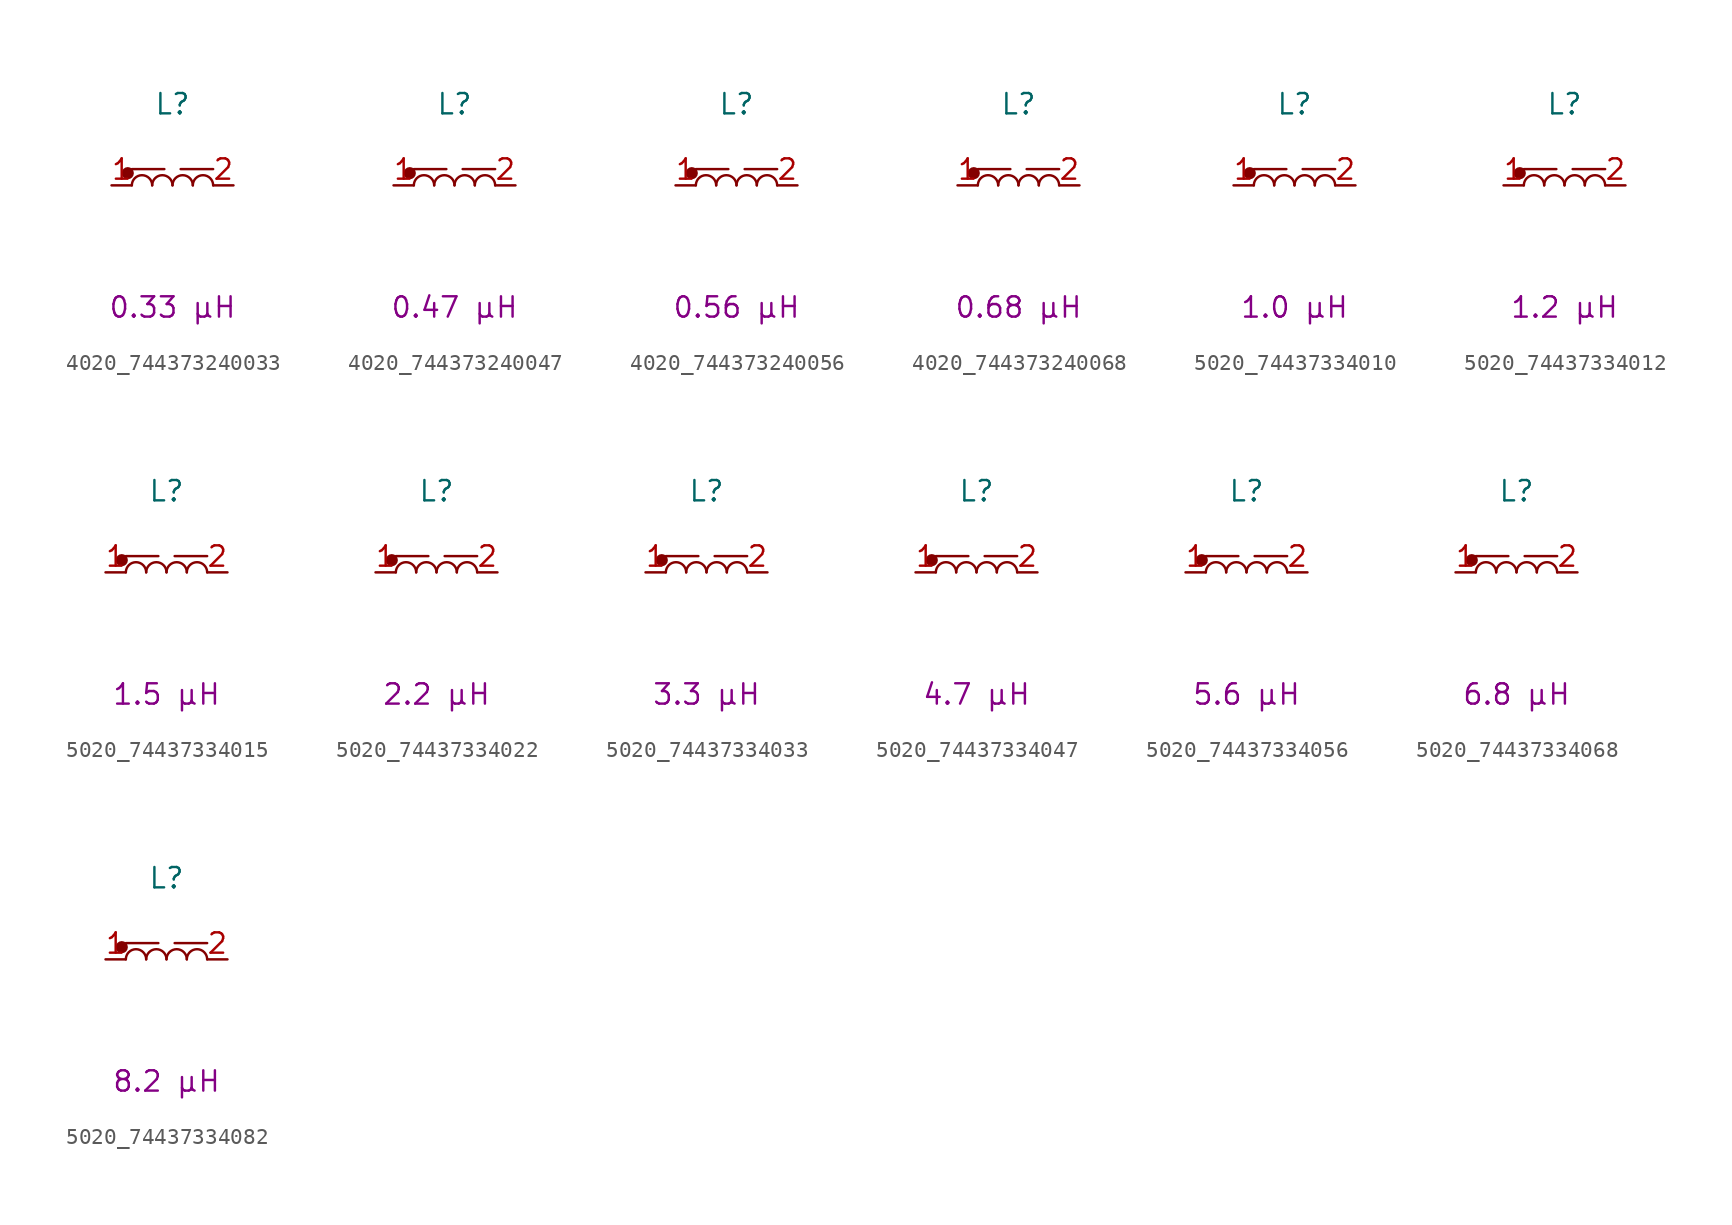
<source format=kicad_sym>
(kicad_symbol_lib
  (version 20220914)
  (generator kicad_symbol_editor)
  (symbol "4020_744373240033"
    (pin_names hide)
    (property "Reference" "L"
      (at 0 5.08 0)
      (effects (font (size 1.27 1.27))))
    (property "Critical Parameter" "0.33 µH"
      (at 0 -7.62 0)
      (effects (font (size 1.27 1.27))))
    (symbol "4020_744373240033_0_1"
      (arc (start -1.27 0) (mid -1.905 0.6323) (end -2.54 0) (stroke (width 0) (type default)) (fill (type none)))
      (arc (start 0 0) (mid -0.635 0.6323) (end -1.27 0) (stroke (width 0) (type default)) (fill (type none)))
      (polyline (pts (xy -2.54 1.016) (xy -0.508 1.016)) (stroke (width 0) (type default)) (fill (type none)))
      (arc (start 1.27 0) (mid 0.635 0.6323) (end 0 0) (stroke (width 0) (type default)) (fill (type none)))
      (arc (start 2.54 0) (mid 1.905 0.6323) (end 1.27 0) (stroke (width 0) (type default)) (fill (type none))))
    (symbol "4020_744373240033_1_1"
      (circle (center -2.794 0.762) (radius 0.0001) (stroke (width 0.381) (type default)) (fill (type none)))
      (polyline (pts (xy 2.54 1.016) (xy 0.508 1.016)) (stroke (width 0) (type default)) (fill (type none)))
      (pin passive line (at -3.81 0 0) (length 1.27) (name "1" (effects (font (size 1.27 1.27)))) (number "1" (effects (font (size 1.27 1.27)))))
      (pin passive line (at 3.81 0 180) (length 1.27) (name "2" (effects (font (size 1.27 1.27)))) (number "2" (effects (font (size 1.27 1.27)))))))
  (symbol "4020_744373240047"
    (pin_names hide)
    (property "Reference" "L"
      (at 0 5.08 0)
      (effects (font (size 1.27 1.27))))
    (property "Critical Parameter" "0.47 µH"
      (at 0 -7.62 0)
      (effects (font (size 1.27 1.27))))
    (symbol "4020_744373240047_0_1"
      (arc (start -1.27 0) (mid -1.905 0.6323) (end -2.54 0) (stroke (width 0) (type default)) (fill (type none)))
      (arc (start 0 0) (mid -0.635 0.6323) (end -1.27 0) (stroke (width 0) (type default)) (fill (type none)))
      (polyline (pts (xy -2.54 1.016) (xy -0.508 1.016)) (stroke (width 0) (type default)) (fill (type none)))
      (arc (start 1.27 0) (mid 0.635 0.6323) (end 0 0) (stroke (width 0) (type default)) (fill (type none)))
      (arc (start 2.54 0) (mid 1.905 0.6323) (end 1.27 0) (stroke (width 0) (type default)) (fill (type none))))
    (symbol "4020_744373240047_1_1"
      (circle (center -2.794 0.762) (radius 0.0001) (stroke (width 0.381) (type default)) (fill (type none)))
      (polyline (pts (xy 2.54 1.016) (xy 0.508 1.016)) (stroke (width 0) (type default)) (fill (type none)))
      (pin passive line (at -3.81 0 0) (length 1.27) (name "1" (effects (font (size 1.27 1.27)))) (number "1" (effects (font (size 1.27 1.27)))))
      (pin passive line (at 3.81 0 180) (length 1.27) (name "2" (effects (font (size 1.27 1.27)))) (number "2" (effects (font (size 1.27 1.27)))))))
  (symbol "4020_744373240056"
    (pin_names hide)
    (property "Reference" "L"
      (at 0 5.08 0)
      (effects (font (size 1.27 1.27))))
    (property "Critical Parameter" "0.56 µH"
      (at 0 -7.62 0)
      (effects (font (size 1.27 1.27))))
    (symbol "4020_744373240056_0_1"
      (arc (start -1.27 0) (mid -1.905 0.6323) (end -2.54 0) (stroke (width 0) (type default)) (fill (type none)))
      (arc (start 0 0) (mid -0.635 0.6323) (end -1.27 0) (stroke (width 0) (type default)) (fill (type none)))
      (polyline (pts (xy -2.54 1.016) (xy -0.508 1.016)) (stroke (width 0) (type default)) (fill (type none)))
      (arc (start 1.27 0) (mid 0.635 0.6323) (end 0 0) (stroke (width 0) (type default)) (fill (type none)))
      (arc (start 2.54 0) (mid 1.905 0.6323) (end 1.27 0) (stroke (width 0) (type default)) (fill (type none))))
    (symbol "4020_744373240056_1_1"
      (circle (center -2.794 0.762) (radius 0.0001) (stroke (width 0.381) (type default)) (fill (type none)))
      (polyline (pts (xy 2.54 1.016) (xy 0.508 1.016)) (stroke (width 0) (type default)) (fill (type none)))
      (pin passive line (at -3.81 0 0) (length 1.27) (name "1" (effects (font (size 1.27 1.27)))) (number "1" (effects (font (size 1.27 1.27)))))
      (pin passive line (at 3.81 0 180) (length 1.27) (name "2" (effects (font (size 1.27 1.27)))) (number "2" (effects (font (size 1.27 1.27)))))))
  (symbol "4020_744373240068"
    (pin_names hide)
    (property "Reference" "L"
      (at 0 5.08 0)
      (effects (font (size 1.27 1.27))))
    (property "Critical Parameter" "0.68 µH"
      (at 0 -7.62 0)
      (effects (font (size 1.27 1.27))))
    (symbol "4020_744373240068_0_1"
      (arc (start -1.27 0) (mid -1.905 0.6323) (end -2.54 0) (stroke (width 0) (type default)) (fill (type none)))
      (arc (start 0 0) (mid -0.635 0.6323) (end -1.27 0) (stroke (width 0) (type default)) (fill (type none)))
      (polyline (pts (xy -2.54 1.016) (xy -0.508 1.016)) (stroke (width 0) (type default)) (fill (type none)))
      (arc (start 1.27 0) (mid 0.635 0.6323) (end 0 0) (stroke (width 0) (type default)) (fill (type none)))
      (arc (start 2.54 0) (mid 1.905 0.6323) (end 1.27 0) (stroke (width 0) (type default)) (fill (type none))))
    (symbol "4020_744373240068_1_1"
      (circle (center -2.794 0.762) (radius 0.0001) (stroke (width 0.381) (type default)) (fill (type none)))
      (polyline (pts (xy 2.54 1.016) (xy 0.508 1.016)) (stroke (width 0) (type default)) (fill (type none)))
      (pin passive line (at -3.81 0 0) (length 1.27) (name "1" (effects (font (size 1.27 1.27)))) (number "1" (effects (font (size 1.27 1.27)))))
      (pin passive line (at 3.81 0 180) (length 1.27) (name "2" (effects (font (size 1.27 1.27)))) (number "2" (effects (font (size 1.27 1.27)))))))
  (symbol "5020_74437334010"
    (pin_names hide)
    (property "Reference" "L"
      (at 0 5.08 0)
      (effects (font (size 1.27 1.27))))
    (property "Critical Parameter" "1.0 µH"
      (at 0 -7.62 0)
      (effects (font (size 1.27 1.27))))
    (symbol "5020_74437334010_0_1"
      (arc (start -1.27 0) (mid -1.905 0.6323) (end -2.54 0) (stroke (width 0) (type default)) (fill (type none)))
      (arc (start 0 0) (mid -0.635 0.6323) (end -1.27 0) (stroke (width 0) (type default)) (fill (type none)))
      (polyline (pts (xy -2.54 1.016) (xy -0.508 1.016)) (stroke (width 0) (type default)) (fill (type none)))
      (arc (start 1.27 0) (mid 0.635 0.6323) (end 0 0) (stroke (width 0) (type default)) (fill (type none)))
      (arc (start 2.54 0) (mid 1.905 0.6323) (end 1.27 0) (stroke (width 0) (type default)) (fill (type none))))
    (symbol "5020_74437334010_1_1"
      (circle (center -2.794 0.762) (radius 0.0001) (stroke (width 0.381) (type default)) (fill (type none)))
      (polyline (pts (xy 2.54 1.016) (xy 0.508 1.016)) (stroke (width 0) (type default)) (fill (type none)))
      (pin passive line (at -3.81 0 0) (length 1.27) (name "1" (effects (font (size 1.27 1.27)))) (number "1" (effects (font (size 1.27 1.27)))))
      (pin passive line (at 3.81 0 180) (length 1.27) (name "2" (effects (font (size 1.27 1.27)))) (number "2" (effects (font (size 1.27 1.27)))))))
  (symbol "5020_74437334012"
    (pin_names hide)
    (property "Reference" "L"
      (at 0 5.08 0)
      (effects (font (size 1.27 1.27))))
    (property "Critical Parameter" "1.2 µH"
      (at 0 -7.62 0)
      (effects (font (size 1.27 1.27))))
    (symbol "5020_74437334012_0_1"
      (arc (start -1.27 0) (mid -1.905 0.6323) (end -2.54 0) (stroke (width 0) (type default)) (fill (type none)))
      (arc (start 0 0) (mid -0.635 0.6323) (end -1.27 0) (stroke (width 0) (type default)) (fill (type none)))
      (polyline (pts (xy -2.54 1.016) (xy -0.508 1.016)) (stroke (width 0) (type default)) (fill (type none)))
      (arc (start 1.27 0) (mid 0.635 0.6323) (end 0 0) (stroke (width 0) (type default)) (fill (type none)))
      (arc (start 2.54 0) (mid 1.905 0.6323) (end 1.27 0) (stroke (width 0) (type default)) (fill (type none))))
    (symbol "5020_74437334012_1_1"
      (circle (center -2.794 0.762) (radius 0.0001) (stroke (width 0.381) (type default)) (fill (type none)))
      (polyline (pts (xy 2.54 1.016) (xy 0.508 1.016)) (stroke (width 0) (type default)) (fill (type none)))
      (pin passive line (at -3.81 0 0) (length 1.27) (name "1" (effects (font (size 1.27 1.27)))) (number "1" (effects (font (size 1.27 1.27)))))
      (pin passive line (at 3.81 0 180) (length 1.27) (name "2" (effects (font (size 1.27 1.27)))) (number "2" (effects (font (size 1.27 1.27)))))))
  (symbol "5020_74437334015"
    (pin_names hide)
    (property "Reference" "L"
      (at 0 5.08 0)
      (effects (font (size 1.27 1.27))))
    (property "Critical Parameter" "1.5 µH"
      (at 0 -7.62 0)
      (effects (font (size 1.27 1.27))))
    (symbol "5020_74437334015_0_1"
      (arc (start -1.27 0) (mid -1.905 0.6323) (end -2.54 0) (stroke (width 0) (type default)) (fill (type none)))
      (arc (start 0 0) (mid -0.635 0.6323) (end -1.27 0) (stroke (width 0) (type default)) (fill (type none)))
      (polyline (pts (xy -2.54 1.016) (xy -0.508 1.016)) (stroke (width 0) (type default)) (fill (type none)))
      (arc (start 1.27 0) (mid 0.635 0.6323) (end 0 0) (stroke (width 0) (type default)) (fill (type none)))
      (arc (start 2.54 0) (mid 1.905 0.6323) (end 1.27 0) (stroke (width 0) (type default)) (fill (type none))))
    (symbol "5020_74437334015_1_1"
      (circle (center -2.794 0.762) (radius 0.0001) (stroke (width 0.381) (type default)) (fill (type none)))
      (polyline (pts (xy 2.54 1.016) (xy 0.508 1.016)) (stroke (width 0) (type default)) (fill (type none)))
      (pin passive line (at -3.81 0 0) (length 1.27) (name "1" (effects (font (size 1.27 1.27)))) (number "1" (effects (font (size 1.27 1.27)))))
      (pin passive line (at 3.81 0 180) (length 1.27) (name "2" (effects (font (size 1.27 1.27)))) (number "2" (effects (font (size 1.27 1.27)))))))
  (symbol "5020_74437334022"
    (pin_names hide)
    (property "Reference" "L"
      (at 0 5.08 0)
      (effects (font (size 1.27 1.27))))
    (property "Critical Parameter" "2.2 µH"
      (at 0 -7.62 0)
      (effects (font (size 1.27 1.27))))
    (symbol "5020_74437334022_0_1"
      (arc (start -1.27 0) (mid -1.905 0.6323) (end -2.54 0) (stroke (width 0) (type default)) (fill (type none)))
      (arc (start 0 0) (mid -0.635 0.6323) (end -1.27 0) (stroke (width 0) (type default)) (fill (type none)))
      (polyline (pts (xy -2.54 1.016) (xy -0.508 1.016)) (stroke (width 0) (type default)) (fill (type none)))
      (arc (start 1.27 0) (mid 0.635 0.6323) (end 0 0) (stroke (width 0) (type default)) (fill (type none)))
      (arc (start 2.54 0) (mid 1.905 0.6323) (end 1.27 0) (stroke (width 0) (type default)) (fill (type none))))
    (symbol "5020_74437334022_1_1"
      (circle (center -2.794 0.762) (radius 0.0001) (stroke (width 0.381) (type default)) (fill (type none)))
      (polyline (pts (xy 2.54 1.016) (xy 0.508 1.016)) (stroke (width 0) (type default)) (fill (type none)))
      (pin passive line (at -3.81 0 0) (length 1.27) (name "1" (effects (font (size 1.27 1.27)))) (number "1" (effects (font (size 1.27 1.27)))))
      (pin passive line (at 3.81 0 180) (length 1.27) (name "2" (effects (font (size 1.27 1.27)))) (number "2" (effects (font (size 1.27 1.27)))))))
  (symbol "5020_74437334033"
    (pin_names hide)
    (property "Reference" "L"
      (at 0 5.08 0)
      (effects (font (size 1.27 1.27))))
    (property "Critical Parameter" "3.3 µH"
      (at 0 -7.62 0)
      (effects (font (size 1.27 1.27))))
    (symbol "5020_74437334033_0_1"
      (arc (start -1.27 0) (mid -1.905 0.6323) (end -2.54 0) (stroke (width 0) (type default)) (fill (type none)))
      (arc (start 0 0) (mid -0.635 0.6323) (end -1.27 0) (stroke (width 0) (type default)) (fill (type none)))
      (polyline (pts (xy -2.54 1.016) (xy -0.508 1.016)) (stroke (width 0) (type default)) (fill (type none)))
      (arc (start 1.27 0) (mid 0.635 0.6323) (end 0 0) (stroke (width 0) (type default)) (fill (type none)))
      (arc (start 2.54 0) (mid 1.905 0.6323) (end 1.27 0) (stroke (width 0) (type default)) (fill (type none))))
    (symbol "5020_74437334033_1_1"
      (circle (center -2.794 0.762) (radius 0.0001) (stroke (width 0.381) (type default)) (fill (type none)))
      (polyline (pts (xy 2.54 1.016) (xy 0.508 1.016)) (stroke (width 0) (type default)) (fill (type none)))
      (pin passive line (at -3.81 0 0) (length 1.27) (name "1" (effects (font (size 1.27 1.27)))) (number "1" (effects (font (size 1.27 1.27)))))
      (pin passive line (at 3.81 0 180) (length 1.27) (name "2" (effects (font (size 1.27 1.27)))) (number "2" (effects (font (size 1.27 1.27)))))))
  (symbol "5020_74437334047"
    (pin_names hide)
    (property "Reference" "L"
      (at 0 5.08 0)
      (effects (font (size 1.27 1.27))))
    (property "Critical Parameter" "4.7 µH"
      (at 0 -7.62 0)
      (effects (font (size 1.27 1.27))))
    (symbol "5020_74437334047_0_1"
      (arc (start -1.27 0) (mid -1.905 0.6323) (end -2.54 0) (stroke (width 0) (type default)) (fill (type none)))
      (arc (start 0 0) (mid -0.635 0.6323) (end -1.27 0) (stroke (width 0) (type default)) (fill (type none)))
      (polyline (pts (xy -2.54 1.016) (xy -0.508 1.016)) (stroke (width 0) (type default)) (fill (type none)))
      (arc (start 1.27 0) (mid 0.635 0.6323) (end 0 0) (stroke (width 0) (type default)) (fill (type none)))
      (arc (start 2.54 0) (mid 1.905 0.6323) (end 1.27 0) (stroke (width 0) (type default)) (fill (type none))))
    (symbol "5020_74437334047_1_1"
      (circle (center -2.794 0.762) (radius 0.0001) (stroke (width 0.381) (type default)) (fill (type none)))
      (polyline (pts (xy 2.54 1.016) (xy 0.508 1.016)) (stroke (width 0) (type default)) (fill (type none)))
      (pin passive line (at -3.81 0 0) (length 1.27) (name "1" (effects (font (size 1.27 1.27)))) (number "1" (effects (font (size 1.27 1.27)))))
      (pin passive line (at 3.81 0 180) (length 1.27) (name "2" (effects (font (size 1.27 1.27)))) (number "2" (effects (font (size 1.27 1.27)))))))
  (symbol "5020_74437334056"
    (pin_names hide)
    (property "Reference" "L"
      (at 0 5.08 0)
      (effects (font (size 1.27 1.27))))
    (property "Critical Parameter" "5.6 µH"
      (at 0 -7.62 0)
      (effects (font (size 1.27 1.27))))
    (symbol "5020_74437334056_0_1"
      (arc (start -1.27 0) (mid -1.905 0.6323) (end -2.54 0) (stroke (width 0) (type default)) (fill (type none)))
      (arc (start 0 0) (mid -0.635 0.6323) (end -1.27 0) (stroke (width 0) (type default)) (fill (type none)))
      (polyline (pts (xy -2.54 1.016) (xy -0.508 1.016)) (stroke (width 0) (type default)) (fill (type none)))
      (arc (start 1.27 0) (mid 0.635 0.6323) (end 0 0) (stroke (width 0) (type default)) (fill (type none)))
      (arc (start 2.54 0) (mid 1.905 0.6323) (end 1.27 0) (stroke (width 0) (type default)) (fill (type none))))
    (symbol "5020_74437334056_1_1"
      (circle (center -2.794 0.762) (radius 0.0001) (stroke (width 0.381) (type default)) (fill (type none)))
      (polyline (pts (xy 2.54 1.016) (xy 0.508 1.016)) (stroke (width 0) (type default)) (fill (type none)))
      (pin passive line (at -3.81 0 0) (length 1.27) (name "1" (effects (font (size 1.27 1.27)))) (number "1" (effects (font (size 1.27 1.27)))))
      (pin passive line (at 3.81 0 180) (length 1.27) (name "2" (effects (font (size 1.27 1.27)))) (number "2" (effects (font (size 1.27 1.27)))))))
  (symbol "5020_74437334068"
    (pin_names hide)
    (property "Reference" "L"
      (at 0 5.08 0)
      (effects (font (size 1.27 1.27))))
    (property "Critical Parameter" "6.8 µH"
      (at 0 -7.62 0)
      (effects (font (size 1.27 1.27))))
    (symbol "5020_74437334068_0_1"
      (arc (start -1.27 0) (mid -1.905 0.6323) (end -2.54 0) (stroke (width 0) (type default)) (fill (type none)))
      (arc (start 0 0) (mid -0.635 0.6323) (end -1.27 0) (stroke (width 0) (type default)) (fill (type none)))
      (polyline (pts (xy -2.54 1.016) (xy -0.508 1.016)) (stroke (width 0) (type default)) (fill (type none)))
      (arc (start 1.27 0) (mid 0.635 0.6323) (end 0 0) (stroke (width 0) (type default)) (fill (type none)))
      (arc (start 2.54 0) (mid 1.905 0.6323) (end 1.27 0) (stroke (width 0) (type default)) (fill (type none))))
    (symbol "5020_74437334068_1_1"
      (circle (center -2.794 0.762) (radius 0.0001) (stroke (width 0.381) (type default)) (fill (type none)))
      (polyline (pts (xy 2.54 1.016) (xy 0.508 1.016)) (stroke (width 0) (type default)) (fill (type none)))
      (pin passive line (at -3.81 0 0) (length 1.27) (name "1" (effects (font (size 1.27 1.27)))) (number "1" (effects (font (size 1.27 1.27)))))
      (pin passive line (at 3.81 0 180) (length 1.27) (name "2" (effects (font (size 1.27 1.27)))) (number "2" (effects (font (size 1.27 1.27)))))))
  (symbol "5020_74437334082"
    (pin_names hide)
    (property "Reference" "L"
      (at 0 5.08 0)
      (effects (font (size 1.27 1.27))))
    (property "Critical Parameter" "8.2 µH"
      (at 0 -7.62 0)
      (effects (font (size 1.27 1.27))))
    (symbol "5020_74437334082_0_1"
      (arc (start -1.27 0) (mid -1.905 0.6323) (end -2.54 0) (stroke (width 0) (type default)) (fill (type none)))
      (arc (start 0 0) (mid -0.635 0.6323) (end -1.27 0) (stroke (width 0) (type default)) (fill (type none)))
      (polyline (pts (xy -2.54 1.016) (xy -0.508 1.016)) (stroke (width 0) (type default)) (fill (type none)))
      (arc (start 1.27 0) (mid 0.635 0.6323) (end 0 0) (stroke (width 0) (type default)) (fill (type none)))
      (arc (start 2.54 0) (mid 1.905 0.6323) (end 1.27 0) (stroke (width 0) (type default)) (fill (type none))))
    (symbol "5020_74437334082_1_1"
      (circle (center -2.794 0.762) (radius 0.0001) (stroke (width 0.381) (type default)) (fill (type none)))
      (polyline (pts (xy 2.54 1.016) (xy 0.508 1.016)) (stroke (width 0) (type default)) (fill (type none)))
      (pin passive line (at -3.81 0 0) (length 1.27) (name "1" (effects (font (size 1.27 1.27)))) (number "1" (effects (font (size 1.27 1.27)))))
      (pin passive line (at 3.81 0 180) (length 1.27) (name "2" (effects (font (size 1.27 1.27)))) (number "2" (effects (font (size 1.27 1.27))))))))
</source>
